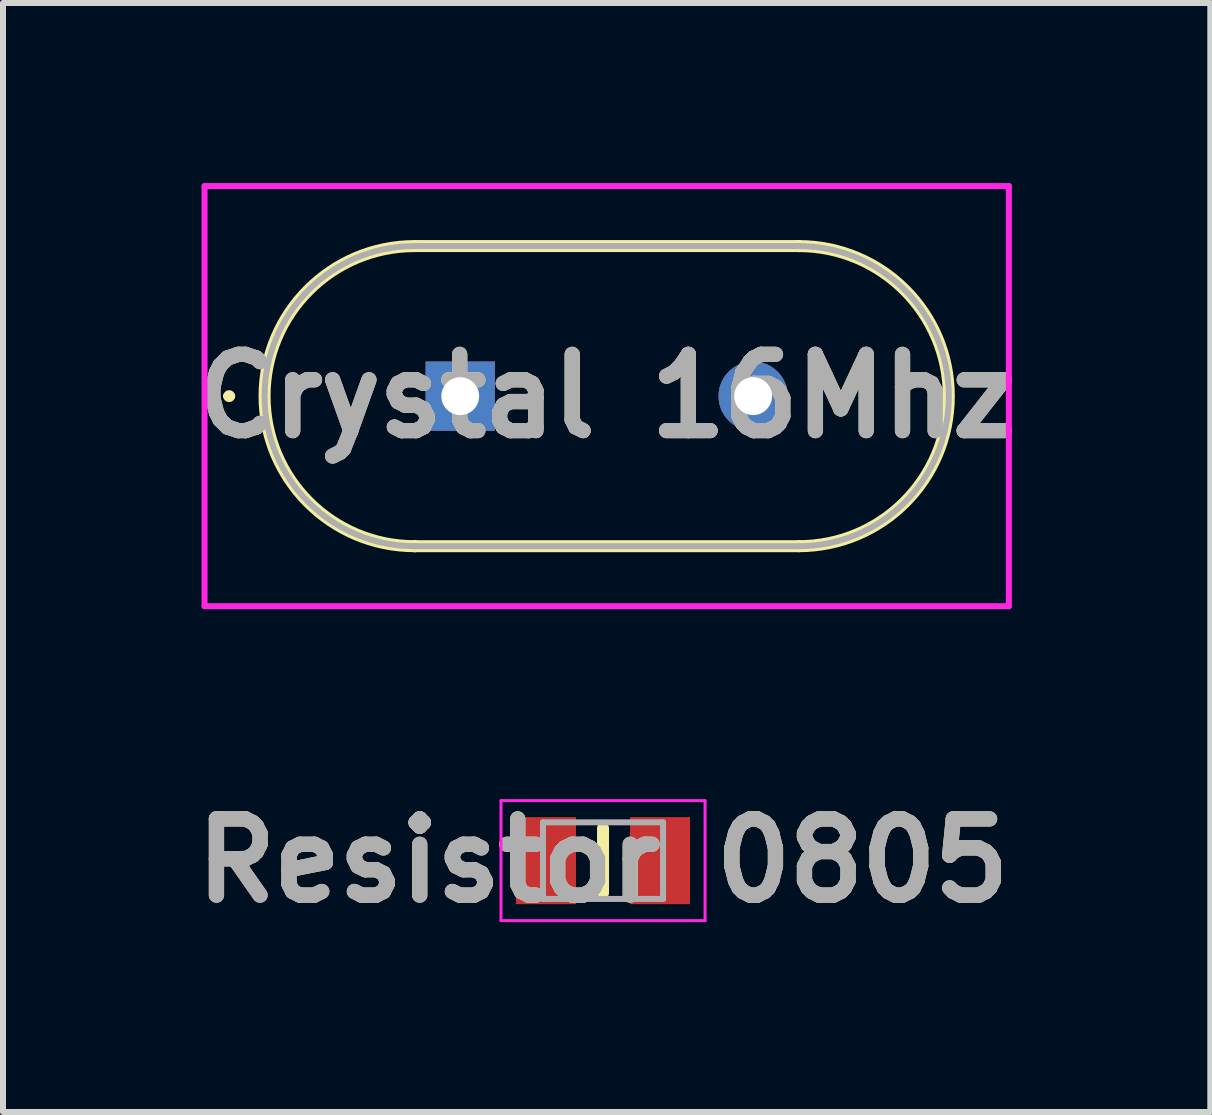
<source format=kicad_pcb>
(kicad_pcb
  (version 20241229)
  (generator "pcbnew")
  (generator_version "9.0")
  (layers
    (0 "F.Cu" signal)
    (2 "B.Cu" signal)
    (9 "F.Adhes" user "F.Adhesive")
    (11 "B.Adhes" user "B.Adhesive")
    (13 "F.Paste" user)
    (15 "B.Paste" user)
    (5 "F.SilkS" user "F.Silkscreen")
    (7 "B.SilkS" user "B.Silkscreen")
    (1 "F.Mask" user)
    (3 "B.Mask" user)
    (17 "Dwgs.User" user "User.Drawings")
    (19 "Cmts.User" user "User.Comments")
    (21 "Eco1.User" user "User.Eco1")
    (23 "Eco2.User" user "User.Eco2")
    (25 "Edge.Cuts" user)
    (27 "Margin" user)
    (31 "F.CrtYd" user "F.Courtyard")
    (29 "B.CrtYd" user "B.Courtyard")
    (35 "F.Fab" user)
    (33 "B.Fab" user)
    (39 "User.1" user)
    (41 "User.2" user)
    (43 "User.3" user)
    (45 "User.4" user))
  (footprint "Resistor 0805"
    (layer "F.Cu")
    (at 6.997 11.289)
    (property "Reference" "Resistor 0805" (at 0 0 0) (layer "F.SilkS") (effects (font (size 1.27 1.27) (thickness 0.254))))
    (attr smd)
    (fp_line (start 0 -0.538) (end 0 0.538) (stroke (width 0.2) (type solid)) (layer "F.SilkS"))
    (fp_line (start -1.7 -1) (end 1.7 -1) (stroke (width 0.05) (type solid)) (layer "F.CrtYd"))
    (fp_line (start -1.7 1) (end -1.7 -1) (stroke (width 0.05) (type solid)) (layer "F.CrtYd"))
    (fp_line (start 1.7 -1) (end 1.7 1) (stroke (width 0.05) (type solid)) (layer "F.CrtYd"))
    (fp_line (start 1.7 1) (end -1.7 1) (stroke (width 0.05) (type solid)) (layer "F.CrtYd"))
    (fp_line (start -1 -0.638) (end 1 -0.638) (stroke (width 0.1) (type solid)) (layer "F.Fab"))
    (fp_line (start -1 0.638) (end -1 -0.638) (stroke (width 0.1) (type solid)) (layer "F.Fab"))
    (fp_line (start 1 -0.638) (end 1 0.638) (stroke (width 0.1) (type solid)) (layer "F.Fab"))
    (fp_line (start 1 0.638) (end -1 0.638) (stroke (width 0.1) (type solid)) (layer "F.Fab"))
    (fp_text user "${REFERENCE}" (at 0 0 0) (layer "F.Fab") (effects (font (size 1.27 1.27) (thickness 0.254))))
    (pad "1" smd rect (at -0.95 0) (size 1 1.45) (layers "F.Cu" "F.Mask" "F.Paste"))
    (pad "2" smd rect (at 0.95 0) (size 1 1.45) (layers "F.Cu" "F.Mask" "F.Paste")))
  (footprint "Crystal 16Mhz"
    (layer "F.Cu")
    (at 4.618 3.55)
    (property "Reference" "Crystal 16Mhz" (at 2.44 0 0) (layer "F.SilkS") (effects (font (size 1.27 1.27) (thickness 0.254))))
    (attr through_hole)
    (fp_line (start -3.9 0) (end -3.9 0) (stroke (width 0.1) (type solid)) (layer "F.SilkS"))
    (fp_line (start -3.8 0) (end -3.8 0) (stroke (width 0.1) (type solid)) (layer "F.SilkS"))
    (fp_line (start -0.76 -2.5) (end 5.64 -2.5) (stroke (width 0.2) (type solid)) (layer "F.SilkS"))
    (fp_line (start -0.76 2.5) (end -0.76 2.5) (stroke (width 0.2) (type solid)) (layer "F.SilkS"))
    (fp_line (start 5.64 -2.5) (end 5.64 -2.5) (stroke (width 0.2) (type solid)) (layer "F.SilkS"))
    (fp_line (start 5.64 2.5) (end -0.76 2.5) (stroke (width 0.2) (type solid)) (layer "F.SilkS"))
    (fp_arc (start -3.9 0) (mid -3.85 -0.05) (end -3.8 0) (stroke (width 0.1) (type solid)) (layer "F.SilkS"))
    (fp_arc (start -3.8 0) (mid -3.85 0.05) (end -3.9 0) (stroke (width 0.1) (type solid)) (layer "F.SilkS"))
    (fp_arc (start -0.76 2.5) (mid -3.26 0) (end -0.76 -2.5) (stroke (width 0.2) (type solid)) (layer "F.SilkS"))
    (fp_arc (start 5.64 -2.5) (mid 8.14 0) (end 5.64 2.5) (stroke (width 0.2) (type solid)) (layer "F.SilkS"))
    (fp_line (start -4.26 -3.5) (end 9.14 -3.5) (stroke (width 0.1) (type solid)) (layer "F.CrtYd"))
    (fp_line (start -4.26 3.5) (end -4.26 -3.5) (stroke (width 0.1) (type solid)) (layer "F.CrtYd"))
    (fp_line (start 9.14 -3.5) (end 9.14 3.5) (stroke (width 0.1) (type solid)) (layer "F.CrtYd"))
    (fp_line (start 9.14 3.5) (end -4.26 3.5) (stroke (width 0.1) (type solid)) (layer "F.CrtYd"))
    (fp_line (start -0.76 -2.5) (end 5.64 -2.5) (stroke (width 0.1) (type solid)) (layer "F.Fab"))
    (fp_line (start -0.76 2.5) (end -0.76 2.5) (stroke (width 0.1) (type solid)) (layer "F.Fab"))
    (fp_line (start 5.64 -2.5) (end 5.64 -2.5) (stroke (width 0.1) (type solid)) (layer "F.Fab"))
    (fp_line (start 5.64 2.5) (end -0.76 2.5) (stroke (width 0.1) (type solid)) (layer "F.Fab"))
    (fp_arc (start -0.76 2.5) (mid -3.26 0) (end -0.76 -2.5) (stroke (width 0.1) (type solid)) (layer "F.Fab"))
    (fp_arc (start 5.64 -2.5) (mid 8.14 0) (end 5.64 2.5) (stroke (width 0.1) (type solid)) (layer "F.Fab"))
    (fp_text user "${REFERENCE}" (at 2.44 0 0) (layer "F.Fab") (effects (font (size 1.27 1.27) (thickness 0.254))))
    (pad "1" thru_hole rect (at 0 0) (size 1.155 1.155) (drill 0.63) (layers "*.Cu" "*.Mask"))
    (pad "2" thru_hole circle (at 4.88 0) (size 1.155 1.155) (drill 0.63) (layers "*.Cu" "*.Mask")))
  (gr_rect
    (start -3 -3)
    (end 17.115 15.477)
    (stroke (width 0.1) (type default))
    (fill no)
    (layer "Edge.Cuts")))
</source>
